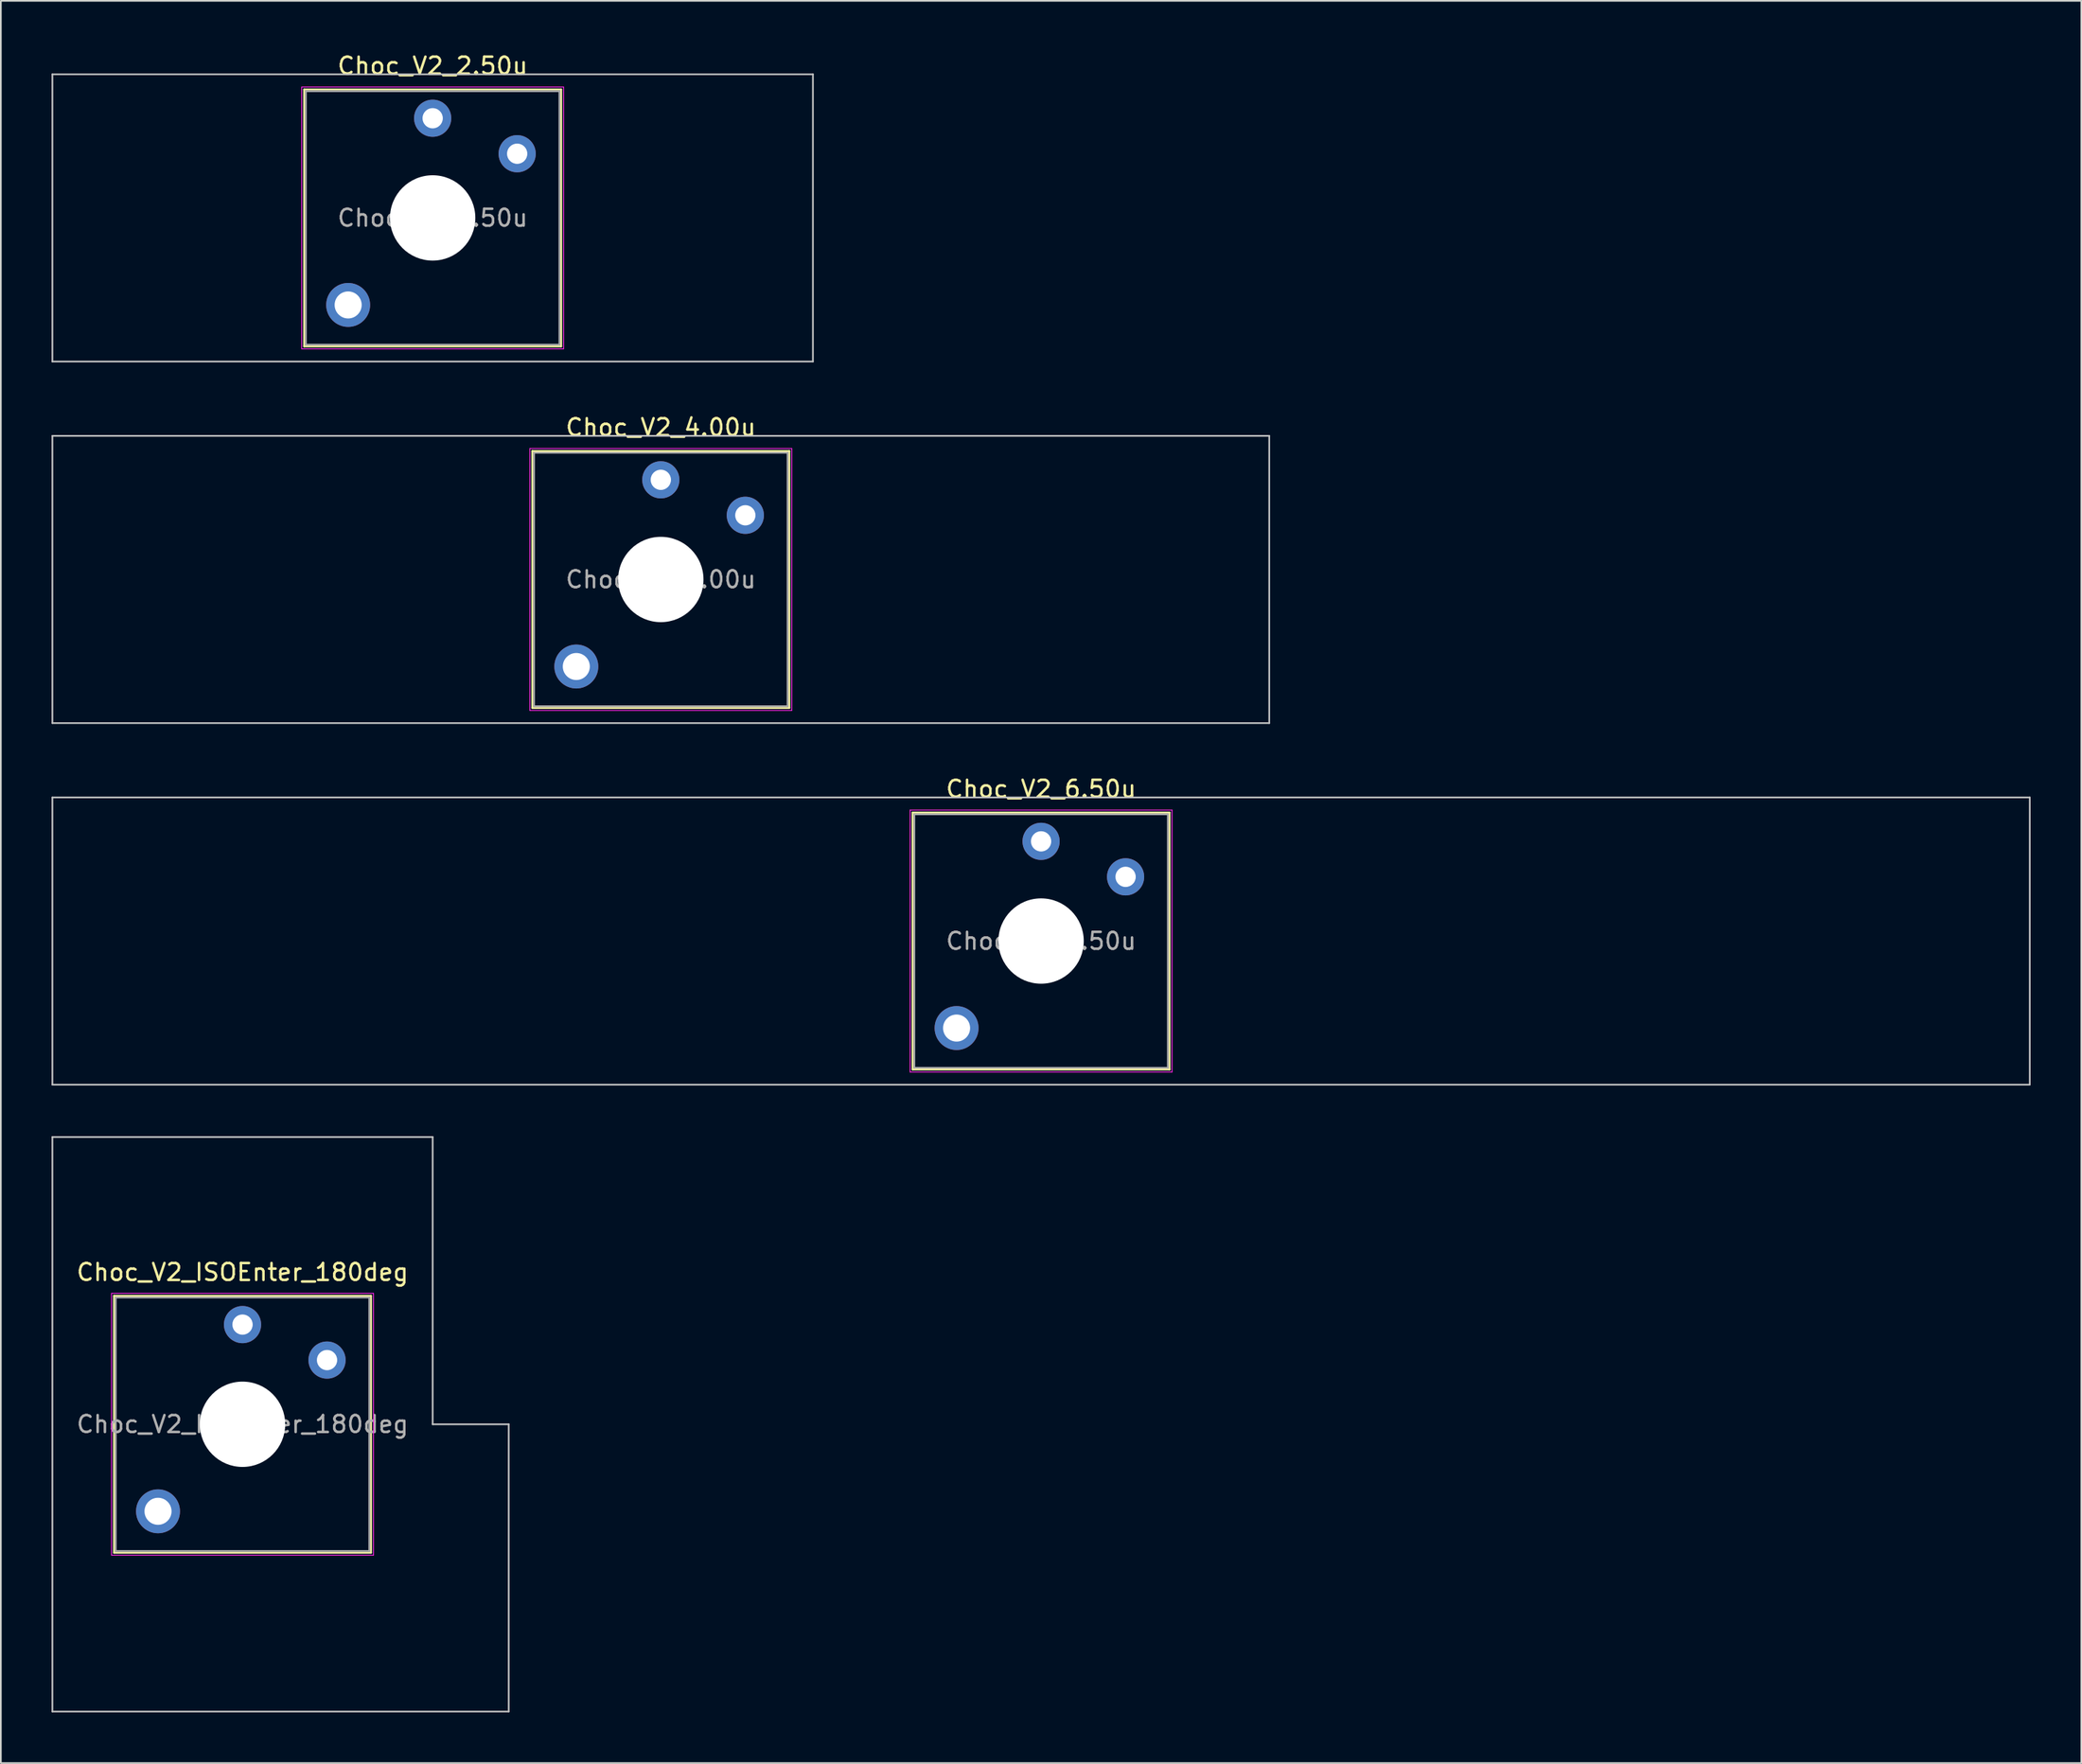
<source format=kicad_pcb>
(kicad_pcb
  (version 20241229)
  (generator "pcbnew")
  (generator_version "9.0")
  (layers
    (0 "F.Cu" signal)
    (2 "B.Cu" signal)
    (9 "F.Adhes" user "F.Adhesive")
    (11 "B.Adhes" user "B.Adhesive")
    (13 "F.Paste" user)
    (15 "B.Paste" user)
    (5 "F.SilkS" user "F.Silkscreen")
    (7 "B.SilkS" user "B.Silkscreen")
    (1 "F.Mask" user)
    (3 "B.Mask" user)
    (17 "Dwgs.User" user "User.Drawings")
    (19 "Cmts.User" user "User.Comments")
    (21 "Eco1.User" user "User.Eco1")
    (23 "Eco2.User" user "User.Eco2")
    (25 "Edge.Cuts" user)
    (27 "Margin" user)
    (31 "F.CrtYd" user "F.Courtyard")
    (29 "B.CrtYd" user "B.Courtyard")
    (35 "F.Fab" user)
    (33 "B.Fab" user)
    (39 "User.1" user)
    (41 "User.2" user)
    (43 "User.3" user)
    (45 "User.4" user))
  (footprint "Choc_V2_ISOEnter_180deg"
    (layer "F.Cu")
    (at 11.3 81.245)
    (property "Reference" "Choc_V2_ISOEnter_180deg" (at 0 -9 0) (layer "F.SilkS") (effects (font (size 1 1) (thickness 0.15))))
    (attr through_hole)
    (fp_line (start -7.6 -7.6) (end -7.6 7.6) (stroke (width 0.12) (type solid)) (layer "F.SilkS"))
    (fp_line (start -7.6 7.6) (end 7.6 7.6) (stroke (width 0.12) (type solid)) (layer "F.SilkS"))
    (fp_line (start 7.6 -7.6) (end -7.6 -7.6) (stroke (width 0.12) (type solid)) (layer "F.SilkS"))
    (fp_line (start 7.6 7.6) (end 7.6 -7.6) (stroke (width 0.12) (type solid)) (layer "F.SilkS"))
    (fp_line (start -11.25 -17) (end -11.25 17) (stroke (width 0.1) (type solid)) (layer "Dwgs.User"))
    (fp_line (start -11.25 17) (end 15.75 17) (stroke (width 0.1) (type solid)) (layer "Dwgs.User"))
    (fp_line (start 11.25 -17) (end -11.25 -17) (stroke (width 0.1) (type solid)) (layer "Dwgs.User"))
    (fp_line (start 11.25 0) (end 11.25 -17) (stroke (width 0.1) (type solid)) (layer "Dwgs.User"))
    (fp_line (start 15.75 0) (end 11.25 0) (stroke (width 0.1) (type solid)) (layer "Dwgs.User"))
    (fp_line (start 15.75 17) (end 15.75 0) (stroke (width 0.1) (type solid)) (layer "Dwgs.User"))
    (fp_line (start -7.25 -7.25) (end -7.25 7.25) (stroke (width 0.1) (type solid)) (layer "Eco1.User"))
    (fp_line (start -7.25 7.25) (end 7.25 7.25) (stroke (width 0.1) (type solid)) (layer "Eco1.User"))
    (fp_line (start 7.25 -7.25) (end -7.25 -7.25) (stroke (width 0.1) (type solid)) (layer "Eco1.User"))
    (fp_line (start 7.25 7.25) (end 7.25 -7.25) (stroke (width 0.1) (type solid)) (layer "Eco1.User"))
    (fp_line (start -7.75 -7.75) (end -7.75 7.75) (stroke (width 0.05) (type solid)) (layer "F.CrtYd"))
    (fp_line (start -7.75 7.75) (end 7.75 7.75) (stroke (width 0.05) (type solid)) (layer "F.CrtYd"))
    (fp_line (start 7.75 -7.75) (end -7.75 -7.75) (stroke (width 0.05) (type solid)) (layer "F.CrtYd"))
    (fp_line (start 7.75 7.75) (end 7.75 -7.75) (stroke (width 0.05) (type solid)) (layer "F.CrtYd"))
    (fp_line (start -7.5 -7.5) (end -7.5 7.5) (stroke (width 0.1) (type solid)) (layer "F.Fab"))
    (fp_line (start -7.5 7.5) (end 7.5 7.5) (stroke (width 0.1) (type solid)) (layer "F.Fab"))
    (fp_line (start 7.5 -7.5) (end -7.5 -7.5) (stroke (width 0.1) (type solid)) (layer "F.Fab"))
    (fp_line (start 7.5 7.5) (end 7.5 -7.5) (stroke (width 0.1) (type solid)) (layer "F.Fab"))
    (fp_text user "${REFERENCE}" (at 0 0 0) (layer "F.Fab") (effects (font (size 1 1) (thickness 0.15))))
    (pad "" thru_hole circle (at -5 5.15) (size 2.6 2.6) (drill 1.6) (layers "*.Cu" "*.Mask"))
    (pad "" np_thru_hole circle (at 0 0) (size 5.05 5.05) (drill 5.05) (layers "*.Cu" "*.Mask"))
    (pad "1" thru_hole circle (at 0 -5.9) (size 2.2 2.2) (drill 1.2) (layers "*.Cu" "*.Mask"))
    (pad "2" thru_hole circle (at 5 -3.8) (size 2.2 2.2) (drill 1.2) (layers "*.Cu" "*.Mask")))
  (footprint "Choc_V2_6.50u"
    (layer "F.Cu")
    (at 58.55 52.645)
    (property "Reference" "Choc_V2_6.50u" (at 0 -9 0) (layer "F.SilkS") (effects (font (size 1 1) (thickness 0.15))))
    (attr through_hole)
    (fp_line (start -7.6 -7.6) (end -7.6 7.6) (stroke (width 0.12) (type solid)) (layer "F.SilkS"))
    (fp_line (start -7.6 7.6) (end 7.6 7.6) (stroke (width 0.12) (type solid)) (layer "F.SilkS"))
    (fp_line (start 7.6 -7.6) (end -7.6 -7.6) (stroke (width 0.12) (type solid)) (layer "F.SilkS"))
    (fp_line (start 7.6 7.6) (end 7.6 -7.6) (stroke (width 0.12) (type solid)) (layer "F.SilkS"))
    (fp_line (start -58.5 -8.5) (end -58.5 8.5) (stroke (width 0.1) (type solid)) (layer "Dwgs.User"))
    (fp_line (start -58.5 8.5) (end 58.5 8.5) (stroke (width 0.1) (type solid)) (layer "Dwgs.User"))
    (fp_line (start 58.5 -8.5) (end -58.5 -8.5) (stroke (width 0.1) (type solid)) (layer "Dwgs.User"))
    (fp_line (start 58.5 8.5) (end 58.5 -8.5) (stroke (width 0.1) (type solid)) (layer "Dwgs.User"))
    (fp_line (start -7.25 -7.25) (end -7.25 7.25) (stroke (width 0.1) (type solid)) (layer "Eco1.User"))
    (fp_line (start -7.25 7.25) (end 7.25 7.25) (stroke (width 0.1) (type solid)) (layer "Eco1.User"))
    (fp_line (start 7.25 -7.25) (end -7.25 -7.25) (stroke (width 0.1) (type solid)) (layer "Eco1.User"))
    (fp_line (start 7.25 7.25) (end 7.25 -7.25) (stroke (width 0.1) (type solid)) (layer "Eco1.User"))
    (fp_line (start -7.75 -7.75) (end -7.75 7.75) (stroke (width 0.05) (type solid)) (layer "F.CrtYd"))
    (fp_line (start -7.75 7.75) (end 7.75 7.75) (stroke (width 0.05) (type solid)) (layer "F.CrtYd"))
    (fp_line (start 7.75 -7.75) (end -7.75 -7.75) (stroke (width 0.05) (type solid)) (layer "F.CrtYd"))
    (fp_line (start 7.75 7.75) (end 7.75 -7.75) (stroke (width 0.05) (type solid)) (layer "F.CrtYd"))
    (fp_line (start -7.5 -7.5) (end -7.5 7.5) (stroke (width 0.1) (type solid)) (layer "F.Fab"))
    (fp_line (start -7.5 7.5) (end 7.5 7.5) (stroke (width 0.1) (type solid)) (layer "F.Fab"))
    (fp_line (start 7.5 -7.5) (end -7.5 -7.5) (stroke (width 0.1) (type solid)) (layer "F.Fab"))
    (fp_line (start 7.5 7.5) (end 7.5 -7.5) (stroke (width 0.1) (type solid)) (layer "F.Fab"))
    (fp_text user "${REFERENCE}" (at 0 0 0) (layer "F.Fab") (effects (font (size 1 1) (thickness 0.15))))
    (pad "" thru_hole circle (at -5 5.15) (size 2.6 2.6) (drill 1.6) (layers "*.Cu" "*.Mask"))
    (pad "" np_thru_hole circle (at 0 0) (size 5.05 5.05) (drill 5.05) (layers "*.Cu" "*.Mask"))
    (pad "1" thru_hole circle (at 0 -5.9) (size 2.2 2.2) (drill 1.2) (layers "*.Cu" "*.Mask"))
    (pad "2" thru_hole circle (at 5 -3.8) (size 2.2 2.2) (drill 1.2) (layers "*.Cu" "*.Mask")))
  (footprint "Choc_V2_2.50u"
    (layer "F.Cu")
    (at 22.55 9.848)
    (property "Reference" "Choc_V2_2.50u" (at 0 -9 0) (layer "F.SilkS") (effects (font (size 1 1) (thickness 0.15))))
    (attr through_hole)
    (fp_line (start -7.6 -7.6) (end -7.6 7.6) (stroke (width 0.12) (type solid)) (layer "F.SilkS"))
    (fp_line (start -7.6 7.6) (end 7.6 7.6) (stroke (width 0.12) (type solid)) (layer "F.SilkS"))
    (fp_line (start 7.6 -7.6) (end -7.6 -7.6) (stroke (width 0.12) (type solid)) (layer "F.SilkS"))
    (fp_line (start 7.6 7.6) (end 7.6 -7.6) (stroke (width 0.12) (type solid)) (layer "F.SilkS"))
    (fp_line (start -22.5 -8.5) (end -22.5 8.5) (stroke (width 0.1) (type solid)) (layer "Dwgs.User"))
    (fp_line (start -22.5 8.5) (end 22.5 8.5) (stroke (width 0.1) (type solid)) (layer "Dwgs.User"))
    (fp_line (start 22.5 -8.5) (end -22.5 -8.5) (stroke (width 0.1) (type solid)) (layer "Dwgs.User"))
    (fp_line (start 22.5 8.5) (end 22.5 -8.5) (stroke (width 0.1) (type solid)) (layer "Dwgs.User"))
    (fp_line (start -7.25 -7.25) (end -7.25 7.25) (stroke (width 0.1) (type solid)) (layer "Eco1.User"))
    (fp_line (start -7.25 7.25) (end 7.25 7.25) (stroke (width 0.1) (type solid)) (layer "Eco1.User"))
    (fp_line (start 7.25 -7.25) (end -7.25 -7.25) (stroke (width 0.1) (type solid)) (layer "Eco1.User"))
    (fp_line (start 7.25 7.25) (end 7.25 -7.25) (stroke (width 0.1) (type solid)) (layer "Eco1.User"))
    (fp_line (start -7.75 -7.75) (end -7.75 7.75) (stroke (width 0.05) (type solid)) (layer "F.CrtYd"))
    (fp_line (start -7.75 7.75) (end 7.75 7.75) (stroke (width 0.05) (type solid)) (layer "F.CrtYd"))
    (fp_line (start 7.75 -7.75) (end -7.75 -7.75) (stroke (width 0.05) (type solid)) (layer "F.CrtYd"))
    (fp_line (start 7.75 7.75) (end 7.75 -7.75) (stroke (width 0.05) (type solid)) (layer "F.CrtYd"))
    (fp_line (start -7.5 -7.5) (end -7.5 7.5) (stroke (width 0.1) (type solid)) (layer "F.Fab"))
    (fp_line (start -7.5 7.5) (end 7.5 7.5) (stroke (width 0.1) (type solid)) (layer "F.Fab"))
    (fp_line (start 7.5 -7.5) (end -7.5 -7.5) (stroke (width 0.1) (type solid)) (layer "F.Fab"))
    (fp_line (start 7.5 7.5) (end 7.5 -7.5) (stroke (width 0.1) (type solid)) (layer "F.Fab"))
    (fp_text user "${REFERENCE}" (at 0 0 0) (layer "F.Fab") (effects (font (size 1 1) (thickness 0.15))))
    (pad "" thru_hole circle (at -5 5.15) (size 2.6 2.6) (drill 1.6) (layers "*.Cu" "*.Mask"))
    (pad "" np_thru_hole circle (at 0 0) (size 5.05 5.05) (drill 5.05) (layers "*.Cu" "*.Mask"))
    (pad "1" thru_hole circle (at 0 -5.9) (size 2.2 2.2) (drill 1.2) (layers "*.Cu" "*.Mask"))
    (pad "2" thru_hole circle (at 5 -3.8) (size 2.2 2.2) (drill 1.2) (layers "*.Cu" "*.Mask")))
  (footprint "Choc_V2_4.00u"
    (layer "F.Cu")
    (at 36.05 31.247)
    (property "Reference" "Choc_V2_4.00u" (at 0 -9 0) (layer "F.SilkS") (effects (font (size 1 1) (thickness 0.15))))
    (attr through_hole)
    (fp_line (start -7.6 -7.6) (end -7.6 7.6) (stroke (width 0.12) (type solid)) (layer "F.SilkS"))
    (fp_line (start -7.6 7.6) (end 7.6 7.6) (stroke (width 0.12) (type solid)) (layer "F.SilkS"))
    (fp_line (start 7.6 -7.6) (end -7.6 -7.6) (stroke (width 0.12) (type solid)) (layer "F.SilkS"))
    (fp_line (start 7.6 7.6) (end 7.6 -7.6) (stroke (width 0.12) (type solid)) (layer "F.SilkS"))
    (fp_line (start -36 -8.5) (end -36 8.5) (stroke (width 0.1) (type solid)) (layer "Dwgs.User"))
    (fp_line (start -36 8.5) (end 36 8.5) (stroke (width 0.1) (type solid)) (layer "Dwgs.User"))
    (fp_line (start 36 -8.5) (end -36 -8.5) (stroke (width 0.1) (type solid)) (layer "Dwgs.User"))
    (fp_line (start 36 8.5) (end 36 -8.5) (stroke (width 0.1) (type solid)) (layer "Dwgs.User"))
    (fp_line (start -7.25 -7.25) (end -7.25 7.25) (stroke (width 0.1) (type solid)) (layer "Eco1.User"))
    (fp_line (start -7.25 7.25) (end 7.25 7.25) (stroke (width 0.1) (type solid)) (layer "Eco1.User"))
    (fp_line (start 7.25 -7.25) (end -7.25 -7.25) (stroke (width 0.1) (type solid)) (layer "Eco1.User"))
    (fp_line (start 7.25 7.25) (end 7.25 -7.25) (stroke (width 0.1) (type solid)) (layer "Eco1.User"))
    (fp_line (start -7.75 -7.75) (end -7.75 7.75) (stroke (width 0.05) (type solid)) (layer "F.CrtYd"))
    (fp_line (start -7.75 7.75) (end 7.75 7.75) (stroke (width 0.05) (type solid)) (layer "F.CrtYd"))
    (fp_line (start 7.75 -7.75) (end -7.75 -7.75) (stroke (width 0.05) (type solid)) (layer "F.CrtYd"))
    (fp_line (start 7.75 7.75) (end 7.75 -7.75) (stroke (width 0.05) (type solid)) (layer "F.CrtYd"))
    (fp_line (start -7.5 -7.5) (end -7.5 7.5) (stroke (width 0.1) (type solid)) (layer "F.Fab"))
    (fp_line (start -7.5 7.5) (end 7.5 7.5) (stroke (width 0.1) (type solid)) (layer "F.Fab"))
    (fp_line (start 7.5 -7.5) (end -7.5 -7.5) (stroke (width 0.1) (type solid)) (layer "F.Fab"))
    (fp_line (start 7.5 7.5) (end 7.5 -7.5) (stroke (width 0.1) (type solid)) (layer "F.Fab"))
    (fp_text user "${REFERENCE}" (at 0 0 0) (layer "F.Fab") (effects (font (size 1 1) (thickness 0.15))))
    (pad "" thru_hole circle (at -5 5.15) (size 2.6 2.6) (drill 1.6) (layers "*.Cu" "*.Mask"))
    (pad "" np_thru_hole circle (at 0 0) (size 5.05 5.05) (drill 5.05) (layers "*.Cu" "*.Mask"))
    (pad "1" thru_hole circle (at 0 -5.9) (size 2.2 2.2) (drill 1.2) (layers "*.Cu" "*.Mask"))
    (pad "2" thru_hole circle (at 5 -3.8) (size 2.2 2.2) (drill 1.2) (layers "*.Cu" "*.Mask")))
  (gr_rect
    (start -3 -3)
    (end 120.1 101.295)
    (stroke (width 0.1) (type default))
    (fill no)
    (layer "Edge.Cuts")))
</source>
